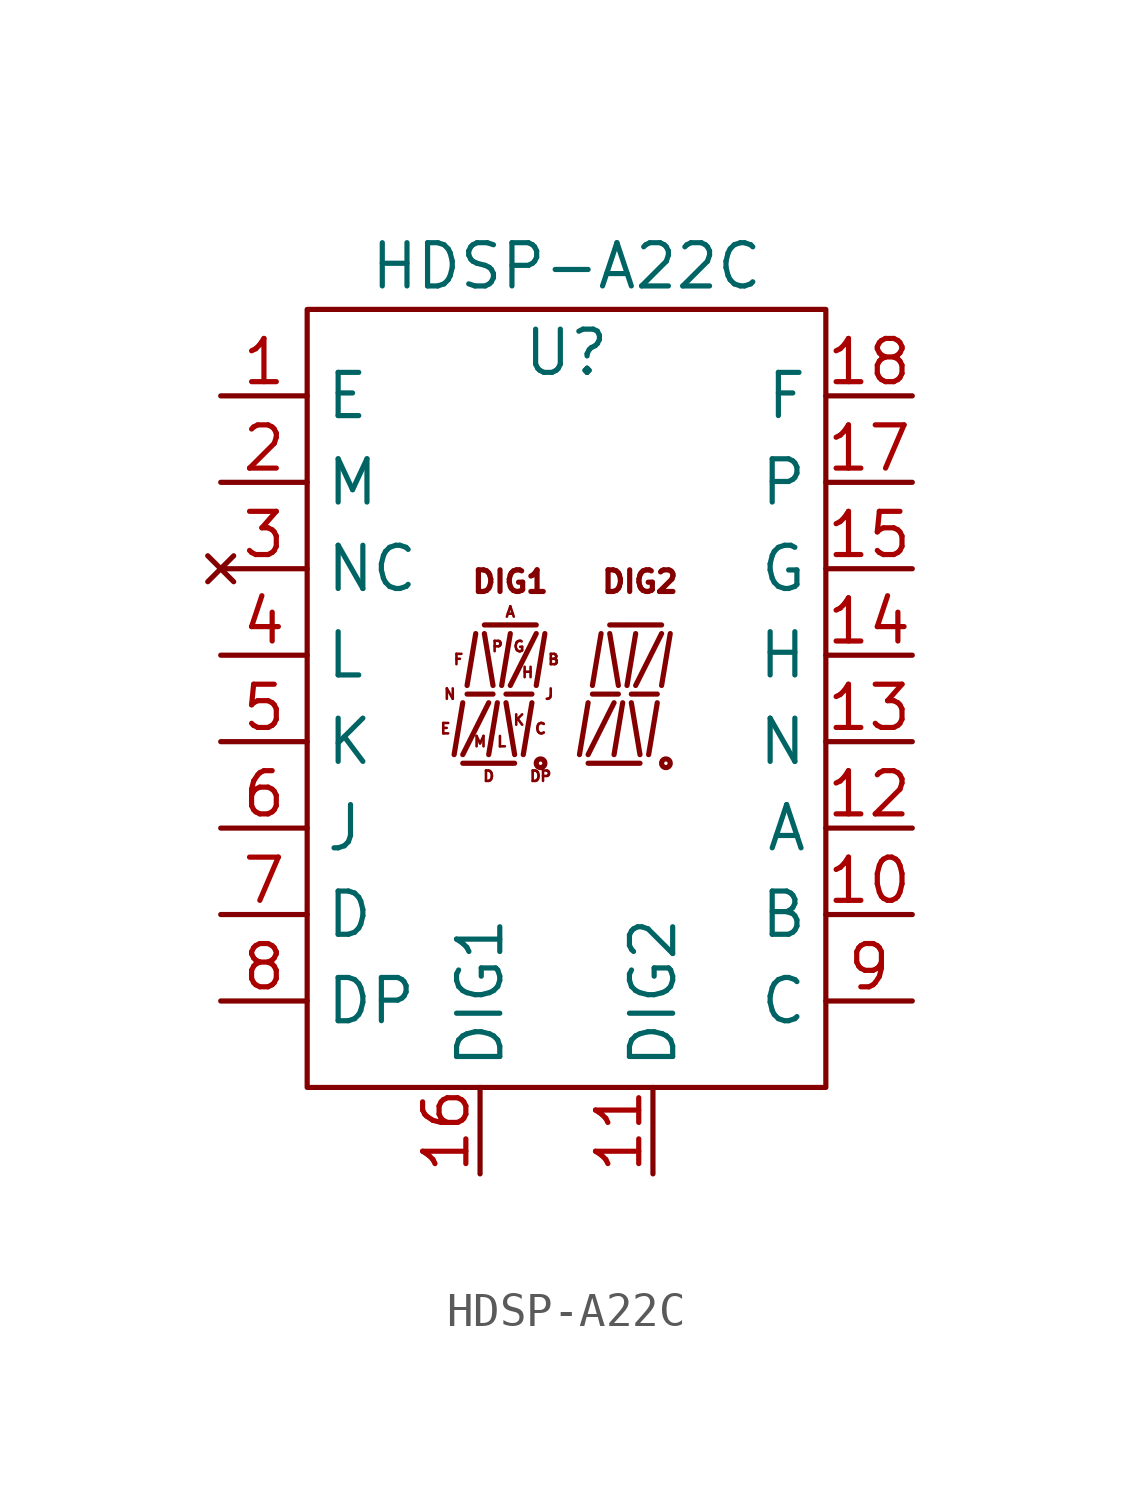
<source format=kicad_sym>
(kicad_symbol_lib
  (version 20211014)
  (generator kicad_symbol_editor)
  (symbol "HDSP-A22C"
    (property "Reference" "U"
      (at 0 10.16 0)
      (effects (font (size 1.27 1.27))))
    (property "Value" "HDSP-A22C"
      (at 0 12.7 0)
      (effects (font (size 1.27 1.27))))
    (symbol "HDSP-A22C_0_0"
      (text "A" (at -1.651 2.54 0) (effects (font (size 0.305 0.305))))
      (text "B" (at -0.381 1.143 0) (effects (font (size 0.305 0.305))))
      (text "C" (at -0.762 -0.889 0) (effects (font (size 0.305 0.305))))
      (text "D" (at -2.286 -2.286 0) (effects (font (size 0.305 0.305))))
      (text "DIG1" (at -1.651 3.429 0) (effects (font (size 0.635 0.635))))
      (text "DIG2" (at 2.159 3.429 0) (effects (font (size 0.635 0.635))))
      (text "DP" (at -0.762 -2.286 0) (effects (font (size 0.305 0.305))))
      (text "E" (at -3.556 -0.889 0) (effects (font (size 0.305 0.305))))
      (text "F" (at -3.175 1.143 0) (effects (font (size 0.305 0.305))))
      (text "G" (at -1.397 1.524 0) (effects (font (size 0.305 0.305))))
      (text "H" (at -1.143 0.762 0) (effects (font (size 0.305 0.305))))
      (text "J" (at -0.508 0.127 0) (effects (font (size 0.305 0.305))))
      (text "K" (at -1.397 -0.635 0) (effects (font (size 0.305 0.305))))
      (text "L" (at -1.905 -1.27 0) (effects (font (size 0.305 0.305))))
      (text "M" (at -2.54 -1.27 0) (effects (font (size 0.305 0.305))))
      (text "N" (at -3.429 0.127 0) (effects (font (size 0.305 0.305))))
      (text "P" (at -2.032 1.524 0) (effects (font (size 0.305 0.305)))))
    (symbol "HDSP-A22C_0_1"
      (rectangle (start -7.62 11.43) (end 7.62 -11.43) (stroke (width 0) (type default) (color 0 0 0 0)) (fill (type none)))
      (circle (center -0.762 -1.905) (radius 0.127) (stroke (width 0) (type default) (color 0 0 0 0)) (fill (type none)))
      (polyline (pts (xy -3.302 -1.651) (xy -3.048 -0.127)) (stroke (width 0) (type default) (color 0 0 0 0)) (fill (type none)))
      (polyline (pts (xy -2.921 0.127) (xy -2.159 0.127)) (stroke (width 0) (type default) (color 0 0 0 0)) (fill (type none)))
      (polyline (pts (xy -2.413 2.159) (xy -0.889 2.159)) (stroke (width 0) (type default) (color 0 0 0 0)) (fill (type none)))
      (polyline (pts (xy -2.286 -0.127) (xy -3.048 -1.651)) (stroke (width 0) (type default) (color 0 0 0 0)) (fill (type none)))
      (polyline (pts (xy -2.159 0.381) (xy -2.413 1.905)) (stroke (width 0) (type default) (color 0 0 0 0)) (fill (type none)))
      (polyline (pts (xy -1.778 -0.127) (xy -1.524 -1.651)) (stroke (width 0) (type default) (color 0 0 0 0)) (fill (type none)))
      (polyline (pts (xy -1.651 0.381) (xy -0.889 1.905)) (stroke (width 0) (type default) (color 0 0 0 0)) (fill (type none)))
      (polyline (pts (xy -1.524 -1.905) (xy -3.048 -1.905)) (stroke (width 0) (type default) (color 0 0 0 0)) (fill (type none)))
      (polyline (pts (xy -1.016 0.127) (xy -1.778 0.127)) (stroke (width 0) (type default) (color 0 0 0 0)) (fill (type none))))
    (symbol "HDSP-A22C_1_1"
      (polyline (pts (xy -2.921 0.381) (xy -2.667 1.905)) (stroke (width 0) (type default) (color 0 0 0 0)) (fill (type none)))
      (polyline (pts (xy -2.286 -1.651) (xy -2.032 -0.127)) (stroke (width 0) (type default) (color 0 0 0 0)) (fill (type none)))
      (polyline (pts (xy -1.905 0.381) (xy -1.651 1.905)) (stroke (width 0) (type default) (color 0 0 0 0)) (fill (type none)))
      (polyline (pts (xy -1.27 -1.651) (xy -1.016 -0.127)) (stroke (width 0) (type default) (color 0 0 0 0)) (fill (type none)))
      (polyline (pts (xy -0.889 0.381) (xy -0.635 1.905)) (stroke (width 0) (type default) (color 0 0 0 0)) (fill (type none)))
      (polyline (pts (xy 0.381 -1.651) (xy 0.635 -0.127)) (stroke (width 0) (type default) (color 0 0 0 0)) (fill (type none)))
      (polyline (pts (xy 0.762 0.127) (xy 1.524 0.127)) (stroke (width 0) (type default) (color 0 0 0 0)) (fill (type none)))
      (polyline (pts (xy 0.762 0.381) (xy 1.016 1.905)) (stroke (width 0) (type default) (color 0 0 0 0)) (fill (type none)))
      (polyline (pts (xy 1.27 2.159) (xy 2.794 2.159)) (stroke (width 0) (type default) (color 0 0 0 0)) (fill (type none)))
      (polyline (pts (xy 1.397 -1.651) (xy 1.651 -0.127)) (stroke (width 0) (type default) (color 0 0 0 0)) (fill (type none)))
      (polyline (pts (xy 1.397 -0.127) (xy 0.635 -1.651)) (stroke (width 0) (type default) (color 0 0 0 0)) (fill (type none)))
      (polyline (pts (xy 1.524 0.381) (xy 1.27 1.905)) (stroke (width 0) (type default) (color 0 0 0 0)) (fill (type none)))
      (polyline (pts (xy 1.778 0.381) (xy 2.032 1.905)) (stroke (width 0) (type default) (color 0 0 0 0)) (fill (type none)))
      (polyline (pts (xy 1.905 -0.127) (xy 2.159 -1.651)) (stroke (width 0) (type default) (color 0 0 0 0)) (fill (type none)))
      (polyline (pts (xy 2.032 0.381) (xy 2.794 1.905)) (stroke (width 0) (type default) (color 0 0 0 0)) (fill (type none)))
      (polyline (pts (xy 2.159 -1.905) (xy 0.635 -1.905)) (stroke (width 0) (type default) (color 0 0 0 0)) (fill (type none)))
      (polyline (pts (xy 2.413 -1.651) (xy 2.667 -0.127)) (stroke (width 0) (type default) (color 0 0 0 0)) (fill (type none)))
      (polyline (pts (xy 2.667 0.127) (xy 1.905 0.127)) (stroke (width 0) (type default) (color 0 0 0 0)) (fill (type none)))
      (polyline (pts (xy 2.794 0.381) (xy 3.048 1.905)) (stroke (width 0) (type default) (color 0 0 0 0)) (fill (type none)))
      (circle (center 2.921 -1.905) (radius 0.127) (stroke (width 0) (type default) (color 0 0 0 0)) (fill (type none)))
      (pin input line (at -10.16 8.89 0) (length 2.54) (name "E" (effects (font (size 1.27 1.27)))) (number "1" (effects (font (size 1.27 1.27)))))
      (pin input line (at 10.16 -6.35 180) (length 2.54) (name "B" (effects (font (size 1.27 1.27)))) (number "10" (effects (font (size 1.27 1.27)))))
      (pin passive line (at 2.54 -13.97 90) (length 2.54) (name "DIG2" (effects (font (size 1.27 1.27)))) (number "11" (effects (font (size 1.27 1.27)))))
      (pin input line (at 10.16 -3.81 180) (length 2.54) (name "A" (effects (font (size 1.27 1.27)))) (number "12" (effects (font (size 1.27 1.27)))))
      (pin input line (at 10.16 -1.27 180) (length 2.54) (name "N" (effects (font (size 1.27 1.27)))) (number "13" (effects (font (size 1.27 1.27)))))
      (pin input line (at 10.16 1.27 180) (length 2.54) (name "H" (effects (font (size 1.27 1.27)))) (number "14" (effects (font (size 1.27 1.27)))))
      (pin input line (at 10.16 3.81 180) (length 2.54) (name "G" (effects (font (size 1.27 1.27)))) (number "15" (effects (font (size 1.27 1.27)))))
      (pin passive line (at -2.54 -13.97 90) (length 2.54) (name "DIG1" (effects (font (size 1.27 1.27)))) (number "16" (effects (font (size 1.27 1.27)))))
      (pin input line (at 10.16 6.35 180) (length 2.54) (name "P" (effects (font (size 1.27 1.27)))) (number "17" (effects (font (size 1.27 1.27)))))
      (pin input line (at 10.16 8.89 180) (length 2.54) (name "F" (effects (font (size 1.27 1.27)))) (number "18" (effects (font (size 1.27 1.27)))))
      (pin input line (at -10.16 6.35 0) (length 2.54) (name "M" (effects (font (size 1.27 1.27)))) (number "2" (effects (font (size 1.27 1.27)))))
      (pin no_connect line (at -10.16 3.81 0) (length 2.54) (name "NC" (effects (font (size 1.27 1.27)))) (number "3" (effects (font (size 1.27 1.27)))))
      (pin input line (at -10.16 1.27 0) (length 2.54) (name "L" (effects (font (size 1.27 1.27)))) (number "4" (effects (font (size 1.27 1.27)))))
      (pin input line (at -10.16 -1.27 0) (length 2.54) (name "K" (effects (font (size 1.27 1.27)))) (number "5" (effects (font (size 1.27 1.27)))))
      (pin input line (at -10.16 -3.81 0) (length 2.54) (name "J" (effects (font (size 1.27 1.27)))) (number "6" (effects (font (size 1.27 1.27)))))
      (pin input line (at -10.16 -6.35 0) (length 2.54) (name "D" (effects (font (size 1.27 1.27)))) (number "7" (effects (font (size 1.27 1.27)))))
      (pin input line (at -10.16 -8.89 0) (length 2.54) (name "DP" (effects (font (size 1.27 1.27)))) (number "8" (effects (font (size 1.27 1.27)))))
      (pin input line (at 10.16 -8.89 180) (length 2.54) (name "C" (effects (font (size 1.27 1.27)))) (number "9" (effects (font (size 1.27 1.27))))))))
</source>
